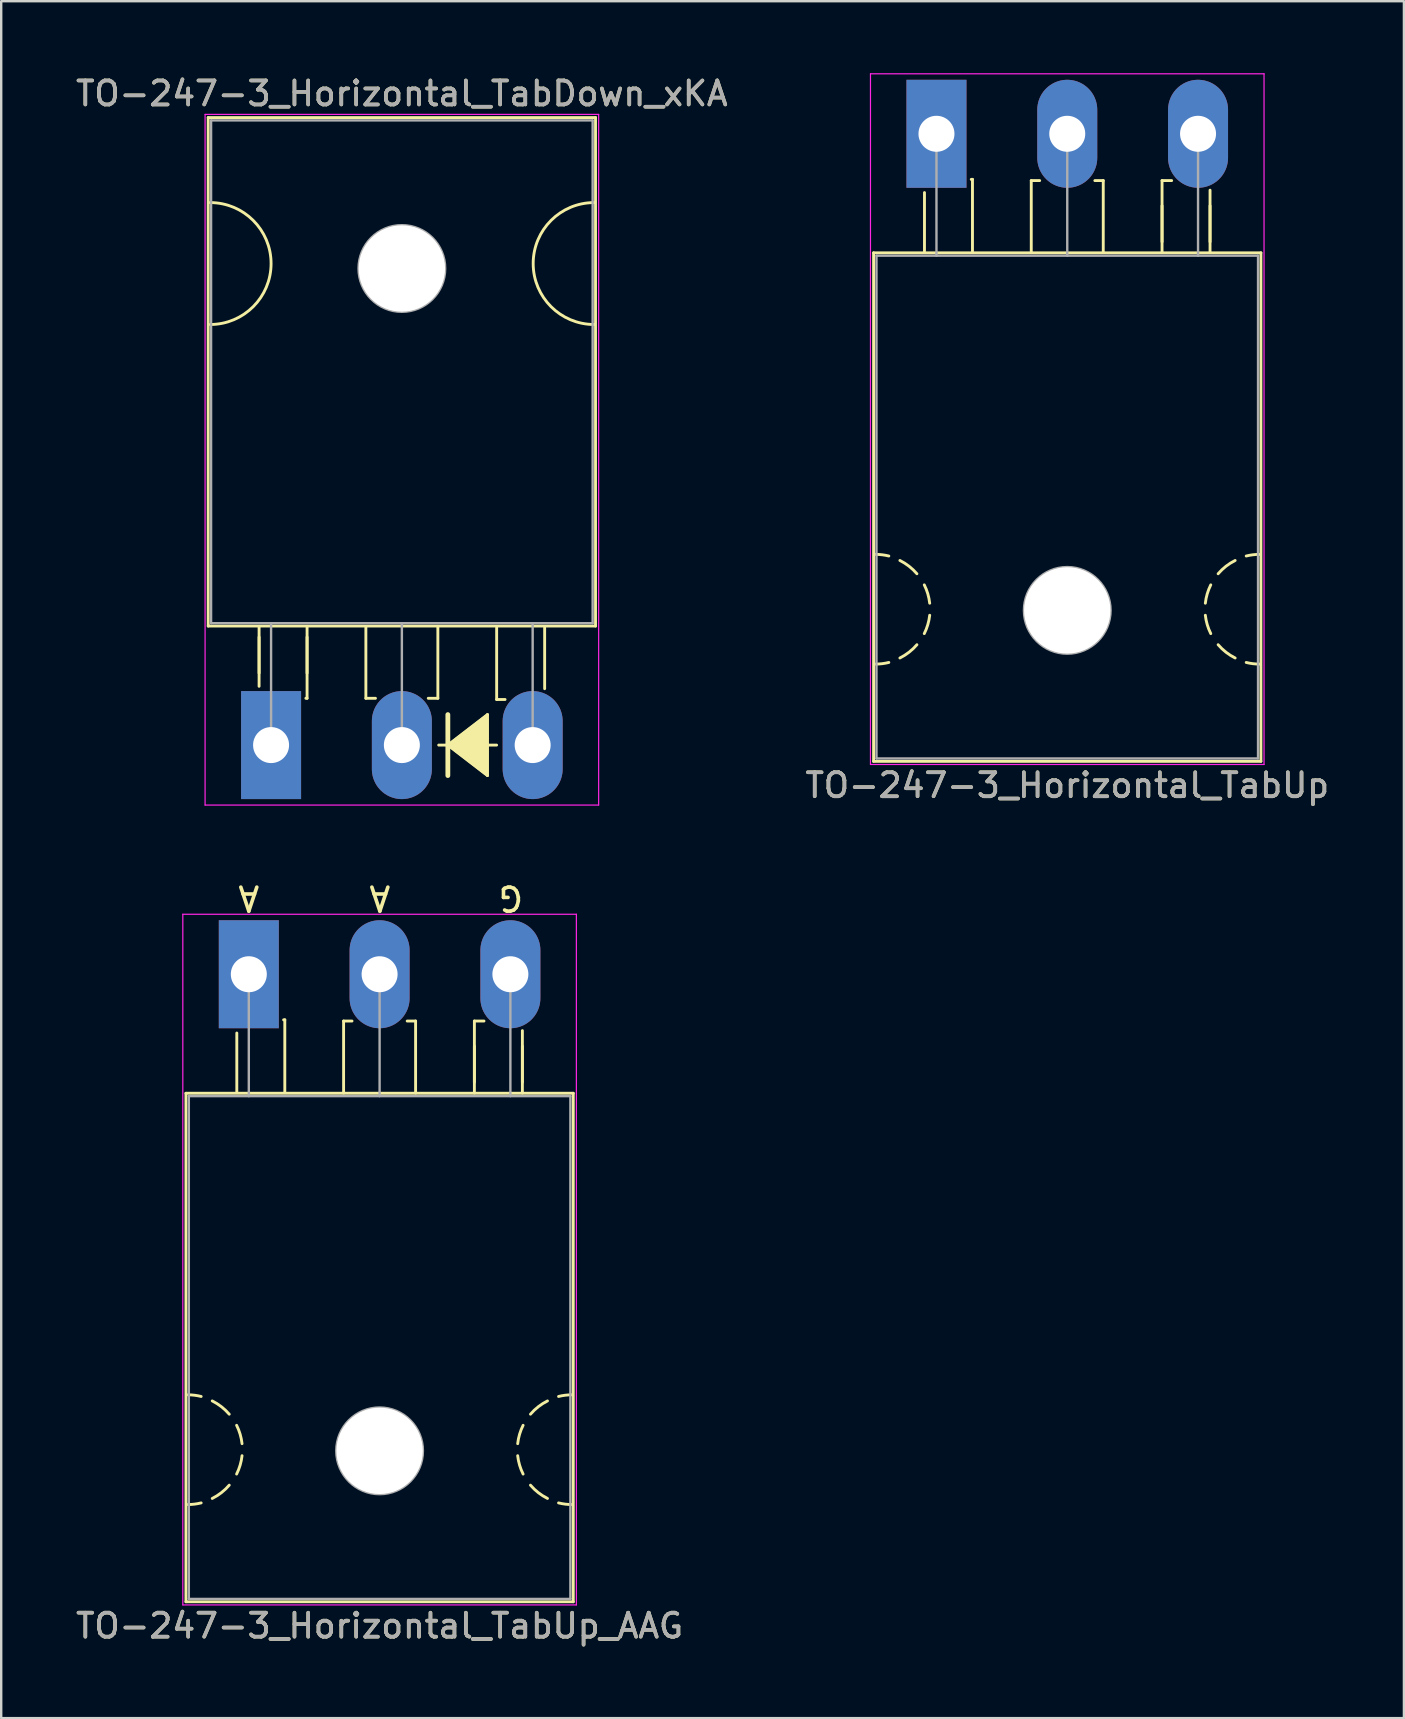
<source format=kicad_pcb>
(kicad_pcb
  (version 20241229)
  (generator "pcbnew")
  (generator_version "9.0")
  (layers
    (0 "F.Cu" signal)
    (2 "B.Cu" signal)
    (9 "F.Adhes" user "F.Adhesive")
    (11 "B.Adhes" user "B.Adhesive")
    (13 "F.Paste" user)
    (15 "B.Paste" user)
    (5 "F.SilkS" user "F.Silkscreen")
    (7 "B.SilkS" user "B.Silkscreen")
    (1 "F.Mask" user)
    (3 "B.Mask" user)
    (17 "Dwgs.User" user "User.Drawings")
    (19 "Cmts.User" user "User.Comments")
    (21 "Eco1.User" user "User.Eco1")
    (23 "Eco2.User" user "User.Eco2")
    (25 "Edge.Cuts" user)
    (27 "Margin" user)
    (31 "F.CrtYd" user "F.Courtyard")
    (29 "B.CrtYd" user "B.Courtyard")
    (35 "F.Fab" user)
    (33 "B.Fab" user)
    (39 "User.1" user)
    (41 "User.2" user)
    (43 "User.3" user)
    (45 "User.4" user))
  (footprint "TO-247-3_Horizontal_TabUp"
    (layer "F.Cu")
    (at 35.973 2.525)
    (property "Reference" "TO-247-3_Horizontal_TabUp" (at 5.45 27.15 0) (layer "F.SilkS") (effects (font (size 1 1) (thickness 0.15))))
    (attr through_hole)
    (fp_line (start -2.62 4.96) (end -2.62 26.15) (stroke (width 0.12) (type solid)) (layer "F.SilkS"))
    (fp_line (start -2.62 4.96) (end 13.52 4.96) (stroke (width 0.12) (type solid)) (layer "F.SilkS"))
    (fp_line (start -2.62 26.15) (end 13.52 26.15) (stroke (width 0.12) (type solid)) (layer "F.SilkS"))
    (fp_line (start -0.5 4.9) (end -0.5 2.45) (stroke (width 0.12) (type solid)) (layer "F.SilkS"))
    (fp_line (start 1.5 1.9) (end 1.45 1.9) (stroke (width 0.12) (type solid)) (layer "F.SilkS"))
    (fp_line (start 1.5 4.9) (end 1.5 1.9) (stroke (width 0.12) (type solid)) (layer "F.SilkS"))
    (fp_line (start 3.95 1.95) (end 4.3 1.95) (stroke (width 0.12) (type solid)) (layer "F.SilkS"))
    (fp_line (start 3.95 4.95) (end 3.95 1.95) (stroke (width 0.12) (type solid)) (layer "F.SilkS"))
    (fp_line (start 6.95 1.95) (end 6.6 1.95) (stroke (width 0.12) (type solid)) (layer "F.SilkS"))
    (fp_line (start 6.95 4.95) (end 6.95 1.95) (stroke (width 0.12) (type solid)) (layer "F.SilkS"))
    (fp_line (start 9.4 1.95) (end 9.8 1.95) (stroke (width 0.12) (type solid)) (layer "F.SilkS"))
    (fp_line (start 9.4 4.5) (end 9.4 3) (stroke (width 0.12) (type solid)) (layer "F.SilkS"))
    (fp_line (start 9.4 4.95) (end 9.4 1.95) (stroke (width 0.12) (type solid)) (layer "F.SilkS"))
    (fp_line (start 11.4 4.5) (end 11.4 3) (stroke (width 0.12) (type solid)) (layer "F.SilkS"))
    (fp_line (start 11.4 4.95) (end 11.4 2.35) (stroke (width 0.12) (type solid)) (layer "F.SilkS"))
    (fp_line (start 13.52 4.96) (end 13.52 26.15) (stroke (width 0.12) (type solid)) (layer "F.SilkS"))
    (fp_arc (start -2.54 17.526) (mid -2.260689 17.543128) (end -1.985564 17.594254) (stroke (width 0.12) (type solid)) (layer "F.SilkS"))
    (fp_arc (start -1.985564 22.029746) (mid -2.260689 22.080872) (end -2.54 22.098) (stroke (width 0.12) (type solid)) (layer "F.SilkS"))
    (fp_arc (start -1.524001 17.780001) (mid -1.14188 18.02132) (end -0.815088 18.333504) (stroke (width 0.12) (type solid)) (layer "F.SilkS"))
    (fp_arc (start -0.815087 21.290497) (mid -1.141879 21.60268) (end -1.524 21.844) (stroke (width 0.12) (type solid)) (layer "F.SilkS"))
    (fp_arc (start -0.508001 18.796001) (mid -0.361178 19.168563) (end -0.282051 19.561117) (stroke (width 0.12) (type solid)) (layer "F.SilkS"))
    (fp_arc (start -0.282051 20.062883) (mid -0.361178 20.455437) (end -0.508001 20.827999) (stroke (width 0.12) (type solid)) (layer "F.SilkS"))
    (fp_arc (start 11.204051 19.561117) (mid 11.283178 19.168563) (end 11.430001 18.796001) (stroke (width 0.12) (type solid)) (layer "F.SilkS"))
    (fp_arc (start 11.430001 20.827999) (mid 11.283178 20.455437) (end 11.204051 20.062883) (stroke (width 0.12) (type solid)) (layer "F.SilkS"))
    (fp_arc (start 11.737087 18.333503) (mid 12.063879 18.02132) (end 12.446 17.78) (stroke (width 0.12) (type solid)) (layer "F.SilkS"))
    (fp_arc (start 12.446001 21.843999) (mid 12.06388 21.60268) (end 11.737088 21.290496) (stroke (width 0.12) (type solid)) (layer "F.SilkS"))
    (fp_arc (start 12.907564 17.594254) (mid 13.182689 17.543128) (end 13.462 17.526) (stroke (width 0.12) (type solid)) (layer "F.SilkS"))
    (fp_arc (start 13.462 22.098) (mid 13.182689 22.080872) (end 12.907564 22.029746) (stroke (width 0.12) (type solid)) (layer "F.SilkS"))
    (fp_line (start -2.75 -2.5) (end -2.75 26.28) (stroke (width 0.05) (type solid)) (layer "F.CrtYd"))
    (fp_line (start -2.75 26.28) (end 13.65 26.28) (stroke (width 0.05) (type solid)) (layer "F.CrtYd"))
    (fp_line (start 13.65 -2.5) (end -2.75 -2.5) (stroke (width 0.05) (type solid)) (layer "F.CrtYd"))
    (fp_line (start 13.65 26.28) (end 13.65 -2.5) (stroke (width 0.05) (type solid)) (layer "F.CrtYd"))
    (fp_line (start -2.5 5.08) (end -2.5 26.03) (stroke (width 0.1) (type solid)) (layer "F.Fab"))
    (fp_line (start -2.5 26.03) (end 13.4 26.03) (stroke (width 0.1) (type solid)) (layer "F.Fab"))
    (fp_line (start 0 5.08) (end 0 0) (stroke (width 0.1) (type solid)) (layer "F.Fab"))
    (fp_line (start 5.45 5.08) (end 5.45 0) (stroke (width 0.1) (type solid)) (layer "F.Fab"))
    (fp_line (start 10.9 5.08) (end 10.9 0) (stroke (width 0.1) (type solid)) (layer "F.Fab"))
    (fp_line (start 13.4 5.08) (end -2.5 5.08) (stroke (width 0.1) (type solid)) (layer "F.Fab"))
    (fp_line (start 13.4 26.03) (end 13.4 5.08) (stroke (width 0.1) (type solid)) (layer "F.Fab"))
    (fp_circle (center 5.45 19.86) (end 7.255 19.86) (stroke (width 0.1) (type solid)) (fill no) (layer "F.Fab"))
    (fp_text user "${REFERENCE}" (at 5.45 27.15 0) (layer "F.Fab") (effects (font (size 1 1) (thickness 0.15))))
    (pad "" np_thru_hole oval (at 5.45 19.86) (size 3.6 3.6) (drill 3.6) (layers "*.Cu" "*.Mask"))
    (pad "1" thru_hole rect (at 0 0) (size 2.5 4.5) (drill 1.5) (layers "*.Cu" "*.Mask"))
    (pad "2" thru_hole oval (at 5.45 0) (size 2.5 4.5) (drill 1.5) (layers "*.Cu" "*.Mask"))
    (pad "3" thru_hole oval (at 10.9 0) (size 2.5 4.5) (drill 1.5) (layers "*.Cu" "*.Mask")))
  (footprint "TO-247-3_Horizontal_TabUp_AAG"
    (layer "F.Cu")
    (at 7.318 37.547)
    (property "Reference" "TO-247-3_Horizontal_TabUp_AAG" (at 5.45 27.15 0) (layer "F.SilkS") (effects (font (size 1 1) (thickness 0.15))))
    (fp_line (start -2.62 4.96) (end -2.62 26.15) (stroke (width 0.12) (type solid)) (layer "F.SilkS"))
    (fp_line (start -2.62 4.96) (end 13.52 4.96) (stroke (width 0.12) (type solid)) (layer "F.SilkS"))
    (fp_line (start -2.62 26.15) (end 13.52 26.15) (stroke (width 0.12) (type solid)) (layer "F.SilkS"))
    (fp_line (start -0.5 4.9) (end -0.5 2.45) (stroke (width 0.12) (type solid)) (layer "F.SilkS"))
    (fp_line (start 1.5 1.9) (end 1.45 1.9) (stroke (width 0.12) (type solid)) (layer "F.SilkS"))
    (fp_line (start 1.5 4.9) (end 1.5 1.9) (stroke (width 0.12) (type solid)) (layer "F.SilkS"))
    (fp_line (start 3.95 1.95) (end 4.3 1.95) (stroke (width 0.12) (type solid)) (layer "F.SilkS"))
    (fp_line (start 3.95 4.95) (end 3.95 1.95) (stroke (width 0.12) (type solid)) (layer "F.SilkS"))
    (fp_line (start 6.95 1.95) (end 6.6 1.95) (stroke (width 0.12) (type solid)) (layer "F.SilkS"))
    (fp_line (start 6.95 4.95) (end 6.95 1.95) (stroke (width 0.12) (type solid)) (layer "F.SilkS"))
    (fp_line (start 9.4 1.95) (end 9.8 1.95) (stroke (width 0.12) (type solid)) (layer "F.SilkS"))
    (fp_line (start 9.4 4.5) (end 9.4 3) (stroke (width 0.12) (type solid)) (layer "F.SilkS"))
    (fp_line (start 9.4 4.95) (end 9.4 1.95) (stroke (width 0.12) (type solid)) (layer "F.SilkS"))
    (fp_line (start 11.4 4.5) (end 11.4 3) (stroke (width 0.12) (type solid)) (layer "F.SilkS"))
    (fp_line (start 11.4 4.95) (end 11.4 2.35) (stroke (width 0.12) (type solid)) (layer "F.SilkS"))
    (fp_line (start 13.52 4.96) (end 13.52 26.15) (stroke (width 0.12) (type solid)) (layer "F.SilkS"))
    (fp_arc (start -2.54 17.526) (mid -2.260689 17.543128) (end -1.985564 17.594254) (stroke (width 0.12) (type solid)) (layer "F.SilkS"))
    (fp_arc (start -1.985564 22.029746) (mid -2.260689 22.080872) (end -2.54 22.098) (stroke (width 0.12) (type solid)) (layer "F.SilkS"))
    (fp_arc (start -1.524001 17.780001) (mid -1.14188 18.02132) (end -0.815088 18.333504) (stroke (width 0.12) (type solid)) (layer "F.SilkS"))
    (fp_arc (start -0.815087 21.290497) (mid -1.141879 21.60268) (end -1.524 21.844) (stroke (width 0.12) (type solid)) (layer "F.SilkS"))
    (fp_arc (start -0.508001 18.796001) (mid -0.361178 19.168563) (end -0.282051 19.561117) (stroke (width 0.12) (type solid)) (layer "F.SilkS"))
    (fp_arc (start -0.282051 20.062883) (mid -0.361178 20.455437) (end -0.508001 20.827999) (stroke (width 0.12) (type solid)) (layer "F.SilkS"))
    (fp_arc (start 11.204051 19.561117) (mid 11.283178 19.168563) (end 11.430001 18.796001) (stroke (width 0.12) (type solid)) (layer "F.SilkS"))
    (fp_arc (start 11.430001 20.827999) (mid 11.283178 20.455437) (end 11.204051 20.062883) (stroke (width 0.12) (type solid)) (layer "F.SilkS"))
    (fp_arc (start 11.737087 18.333503) (mid 12.063879 18.02132) (end 12.446 17.78) (stroke (width 0.12) (type solid)) (layer "F.SilkS"))
    (fp_arc (start 12.446001 21.843999) (mid 12.06388 21.60268) (end 11.737088 21.290496) (stroke (width 0.12) (type solid)) (layer "F.SilkS"))
    (fp_arc (start 12.907564 17.594254) (mid 13.182689 17.543128) (end 13.462 17.526) (stroke (width 0.12) (type solid)) (layer "F.SilkS"))
    (fp_arc (start 13.462 22.098) (mid 13.182689 22.080872) (end 12.907564 22.029746) (stroke (width 0.12) (type solid)) (layer "F.SilkS"))
    (fp_line (start -2.75 -2.5) (end -2.75 26.28) (stroke (width 0.05) (type solid)) (layer "F.CrtYd"))
    (fp_line (start -2.75 26.28) (end 13.65 26.28) (stroke (width 0.05) (type solid)) (layer "F.CrtYd"))
    (fp_line (start 13.65 -2.5) (end -2.75 -2.5) (stroke (width 0.05) (type solid)) (layer "F.CrtYd"))
    (fp_line (start 13.65 26.28) (end 13.65 -2.5) (stroke (width 0.05) (type solid)) (layer "F.CrtYd"))
    (fp_line (start -2.5 5.08) (end -2.5 26.03) (stroke (width 0.1) (type solid)) (layer "F.Fab"))
    (fp_line (start -2.5 26.03) (end 13.4 26.03) (stroke (width 0.1) (type solid)) (layer "F.Fab"))
    (fp_line (start 0 5.08) (end 0 0) (stroke (width 0.1) (type solid)) (layer "F.Fab"))
    (fp_line (start 5.45 5.08) (end 5.45 0) (stroke (width 0.1) (type solid)) (layer "F.Fab"))
    (fp_line (start 10.9 5.08) (end 10.9 0) (stroke (width 0.1) (type solid)) (layer "F.Fab"))
    (fp_line (start 13.4 5.08) (end -2.5 5.08) (stroke (width 0.1) (type solid)) (layer "F.Fab"))
    (fp_line (start 13.4 26.03) (end 13.4 5.08) (stroke (width 0.1) (type solid)) (layer "F.Fab"))
    (fp_circle (center 5.45 19.86) (end 7.255 19.86) (stroke (width 0.1) (type solid)) (fill no) (layer "F.Fab"))
    (fp_text user "G" (at 10.922 -3.175 180) (unlocked yes) (layer "F.SilkS") (effects (font (size 1 1) (thickness 0.15))))
    (fp_text user "A" (at 0 -3.175 180) (unlocked yes) (layer "F.SilkS") (effects (font (size 1 1) (thickness 0.15))))
    (fp_text user "A" (at 5.461 -3.175 180) (unlocked yes) (layer "F.SilkS") (effects (font (size 1 1) (thickness 0.15))))
    (fp_text user "${REFERENCE}" (at 5.45 27.15 0) (layer "F.Fab") (effects (font (size 1 1) (thickness 0.15))))
    (pad "" np_thru_hole oval (at 5.45 19.86) (size 3.6 3.6) (drill 3.6) (layers "*.Cu" "*.Mask"))
    (pad "1" thru_hole rect (at 0 0) (size 2.5 4.5) (drill 1.5) (layers "*.Cu" "*.Mask"))
    (pad "2" thru_hole oval (at 5.45 0) (size 2.5 4.5) (drill 1.5) (layers "*.Cu" "*.Mask"))
    (pad "3" thru_hole oval (at 10.9 0) (size 2.5 4.5) (drill 1.5) (layers "*.Cu" "*.Mask")))
  (footprint "TO-247-3_Horizontal_TabDown_xKA"
    (layer "F.Cu")
    (at 8.246 27.998)
    (property "Reference" "TO-247-3_Horizontal_TabDown_xKA" (at 5.45 -27.15 0) (layer "F.SilkS") (effects (font (size 1 1) (thickness 0.15))))
    (fp_line (start -2.62 -26.15) (end -2.62 -4.96) (stroke (width 0.12) (type solid)) (layer "F.SilkS"))
    (fp_line (start -2.62 -26.15) (end 13.52 -26.15) (stroke (width 0.12) (type solid)) (layer "F.SilkS"))
    (fp_line (start -2.62 -4.96) (end 13.52 -4.96) (stroke (width 0.12) (type solid)) (layer "F.SilkS"))
    (fp_line (start -0.5 -4.95) (end -0.5 -2.45) (stroke (width 0.12) (type solid)) (layer "F.SilkS"))
    (fp_line (start -0.5 -4.5) (end -0.5 -3) (stroke (width 0.12) (type solid)) (layer "F.SilkS"))
    (fp_line (start 1.5 -4.95) (end 1.5 -1.95) (stroke (width 0.12) (type solid)) (layer "F.SilkS"))
    (fp_line (start 1.5 -4.5) (end 1.5 -3) (stroke (width 0.12) (type solid)) (layer "F.SilkS"))
    (fp_line (start 1.5 -1.95) (end 1.45 -1.95) (stroke (width 0.12) (type solid)) (layer "F.SilkS"))
    (fp_line (start 3.95 -4.9) (end 3.95 -1.95) (stroke (width 0.12) (type solid)) (layer "F.SilkS"))
    (fp_line (start 3.95 -1.95) (end 4.35 -1.95) (stroke (width 0.12) (type solid)) (layer "F.SilkS"))
    (fp_line (start 6.95 -4.95) (end 6.95 -1.95) (stroke (width 0.12) (type solid)) (layer "F.SilkS"))
    (fp_line (start 6.95 -1.95) (end 6.55 -1.95) (stroke (width 0.12) (type solid)) (layer "F.SilkS"))
    (fp_line (start 6.985 0) (end 7.366 0) (stroke (width 0.12) (type solid)) (layer "F.SilkS"))
    (fp_line (start 7.366 -1.27) (end 7.366 0) (stroke (width 0.2) (type solid)) (layer "F.SilkS"))
    (fp_line (start 7.366 0) (end 7.366 1.27) (stroke (width 0.2) (type solid)) (layer "F.SilkS"))
    (fp_line (start 7.366 0) (end 9.017 1.27) (stroke (width 0.12) (type solid)) (layer "F.SilkS"))
    (fp_line (start 9.017 -1.27) (end 7.366 0) (stroke (width 0.12) (type solid)) (layer "F.SilkS"))
    (fp_line (start 9.017 1.27) (end 9.017 -1.27) (stroke (width 0.12) (type solid)) (layer "F.SilkS"))
    (fp_line (start 9.398 0) (end 9.017 0) (stroke (width 0.12) (type solid)) (layer "F.SilkS"))
    (fp_line (start 9.4 -4.9) (end 9.4 -1.9) (stroke (width 0.12) (type solid)) (layer "F.SilkS"))
    (fp_line (start 9.4 -1.9) (end 9.75 -1.9) (stroke (width 0.12) (type solid)) (layer "F.SilkS"))
    (fp_line (start 11.4 -4.9) (end 11.4 -2.35) (stroke (width 0.12) (type solid)) (layer "F.SilkS"))
    (fp_line (start 13.52 -26.15) (end 13.52 -4.96) (stroke (width 0.12) (type solid)) (layer "F.SilkS"))
    (fp_arc (start -2.54 -22.606) (mid 0 -20.066) (end -2.54 -17.526) (stroke (width 0.12) (type solid)) (layer "F.SilkS"))
    (fp_arc (start 13.462 -17.526) (mid 10.922 -20.066) (end 13.462 -22.606) (stroke (width 0.12) (type solid)) (layer "F.SilkS"))
    (fp_poly (pts (xy 9.017 1.27) (xy 7.366 0) (xy 9.017 -1.27)) (stroke (width 0.1) (type solid)) (fill yes) (layer "F.SilkS"))
    (fp_line (start -2.75 -26.28) (end -2.75 2.5) (stroke (width 0.05) (type solid)) (layer "F.CrtYd"))
    (fp_line (start -2.75 2.5) (end 13.65 2.5) (stroke (width 0.05) (type solid)) (layer "F.CrtYd"))
    (fp_line (start 13.65 -26.28) (end -2.75 -26.28) (stroke (width 0.05) (type solid)) (layer "F.CrtYd"))
    (fp_line (start 13.65 2.5) (end 13.65 -26.28) (stroke (width 0.05) (type solid)) (layer "F.CrtYd"))
    (fp_line (start -2.5 -26.03) (end 13.4 -26.03) (stroke (width 0.1) (type solid)) (layer "F.Fab"))
    (fp_line (start -2.5 -5.08) (end -2.5 -26.03) (stroke (width 0.1) (type solid)) (layer "F.Fab"))
    (fp_line (start 0 -5.08) (end 0 0) (stroke (width 0.1) (type solid)) (layer "F.Fab"))
    (fp_line (start 5.45 -5.08) (end 5.45 0) (stroke (width 0.1) (type solid)) (layer "F.Fab"))
    (fp_line (start 10.9 -5.08) (end 10.9 0) (stroke (width 0.1) (type solid)) (layer "F.Fab"))
    (fp_line (start 13.4 -26.03) (end 13.4 -5.08) (stroke (width 0.1) (type solid)) (layer "F.Fab"))
    (fp_line (start 13.4 -5.08) (end -2.5 -5.08) (stroke (width 0.1) (type solid)) (layer "F.Fab"))
    (fp_circle (center 5.45 -19.86) (end 7.255 -19.86) (stroke (width 0.1) (type solid)) (fill no) (layer "F.Fab"))
    (fp_text user "${REFERENCE}" (at 5.45 -27.15 0) (layer "F.Fab") (effects (font (size 1 1) (thickness 0.15))))
    (pad "" np_thru_hole oval (at 5.45 -19.86) (size 3.6 3.6) (drill 3.6) (layers "*.Cu" "*.Mask"))
    (pad "1" thru_hole rect (at 0 0) (size 2.5 4.5) (drill 1.5) (layers "*.Cu" "*.Mask"))
    (pad "2" thru_hole oval (at 5.45 0) (size 2.5 4.5) (drill 1.5) (layers "*.Cu" "*.Mask"))
    (pad "3" thru_hole oval (at 10.9 0) (size 2.5 4.5) (drill 1.5) (layers "*.Cu" "*.Mask")))
  (gr_rect
    (start -3 -3)
    (end 55.452 68.545)
    (stroke (width 0.1) (type default))
    (fill no)
    (layer "Edge.Cuts")))
</source>
